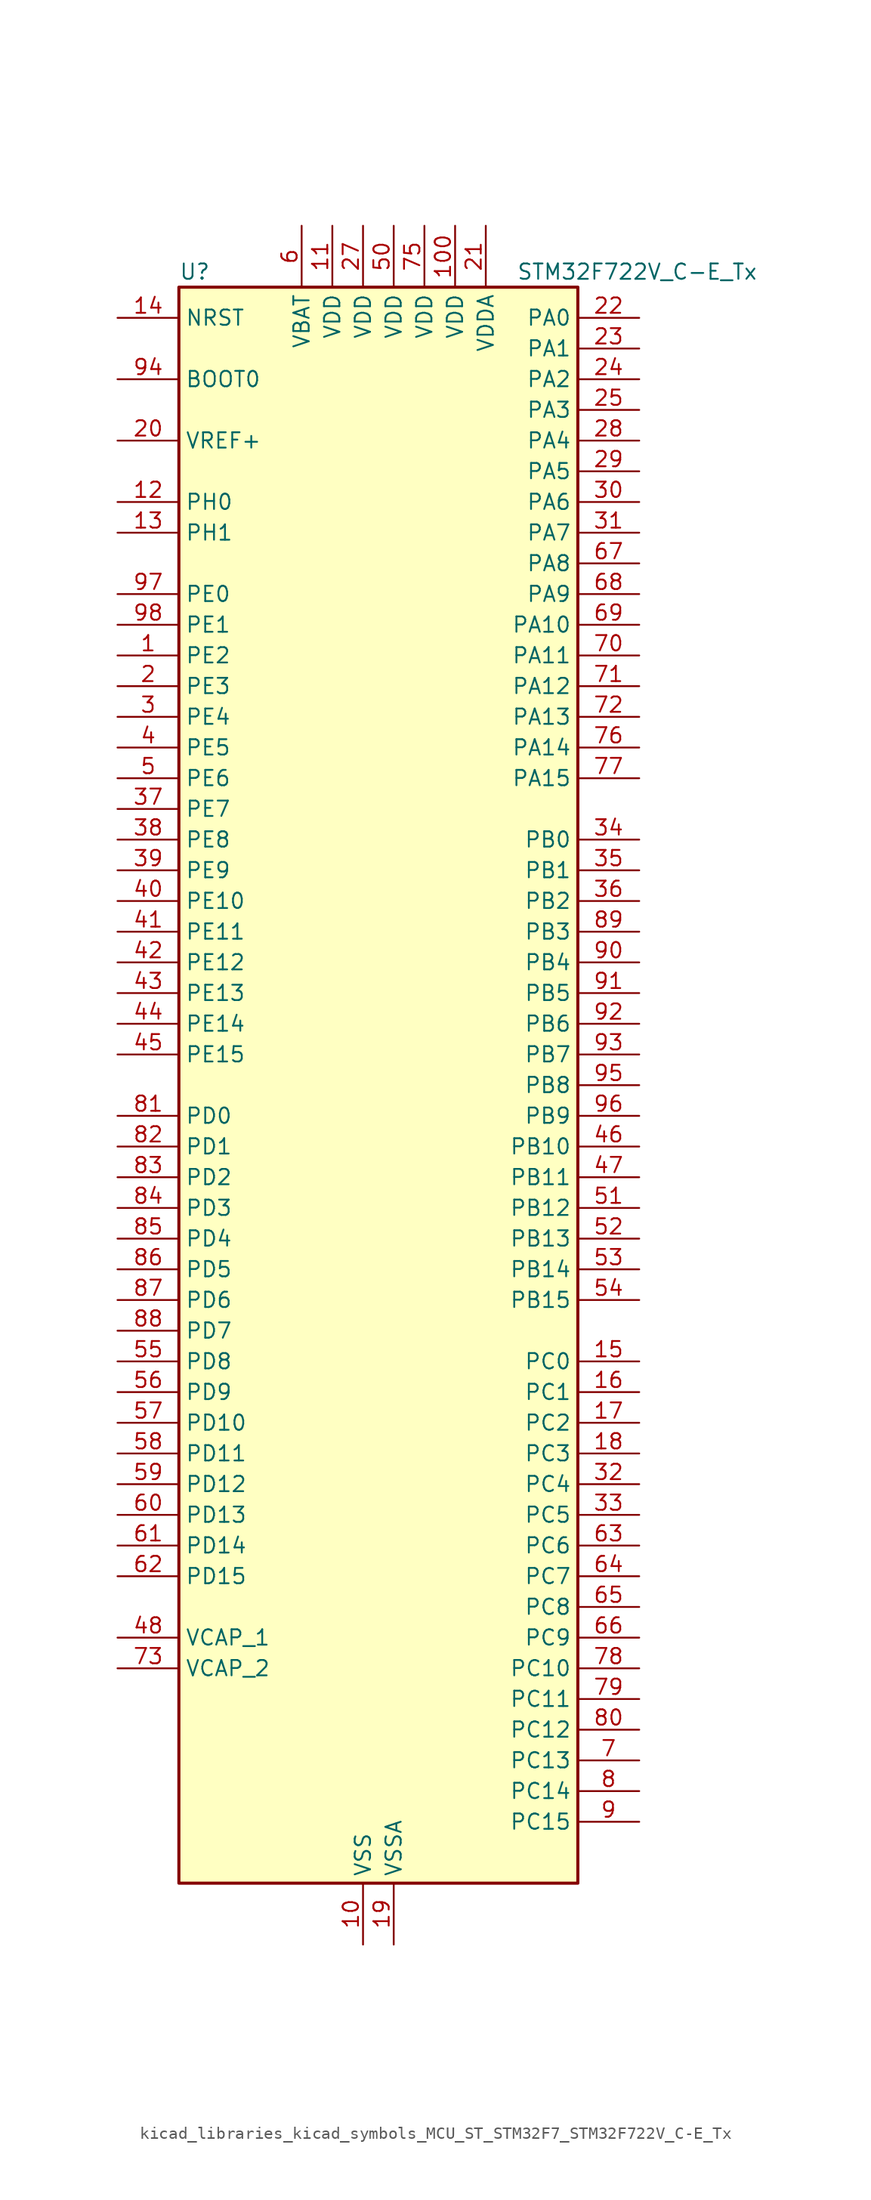
<source format=kicad_sym>
(kicad_symbol_lib
  (version 20220914)
  (generator kicad_symbol_editor)
  (symbol "kicad_libraries_kicad_symbols_MCU_ST_STM32F7_STM32F722V_C-E_Tx"
    (property "Reference" "U"
      (at -15.24 67.31 0)
      (effects (font (size 1.27 1.27)) (justify left)))
    (property "Value" "STM32F722V_C-E_Tx"
      (at 12.7 67.31 0)
      (effects (font (size 1.27 1.27)) (justify left)))
    (property "ki_locked" ""
      (at 0 0 0)
      (effects (font (size 1.27 1.27))))
    (symbol "kicad_libraries_kicad_symbols_MCU_ST_STM32F7_STM32F722V_C-E_Tx_0_1"
      (rectangle (start -15.24 -66.04) (end 17.78 66.04) (stroke (width 0.254) (type default)) (fill (type background))))
    (symbol "kicad_libraries_kicad_symbols_MCU_ST_STM32F7_STM32F722V_C-E_Tx_1_1"
      (pin bidirectional line (at -20.32 35.56 0) (length 5.08) (name "PE2" (effects (font (size 1.27 1.27)))) (number "1" (effects (font (size 1.27 1.27)))) (alternate "FMC_A23" bidirectional line) (alternate "QUADSPI_BK1_IO2" bidirectional line) (alternate "SAI1_MCLK_A" bidirectional line) (alternate "SPI4_SCK" bidirectional line) (alternate "SYS_TRACECLK" bidirectional line))
      (pin power_in line (at 0 -71.12 90) (length 5.08) (name "VSS" (effects (font (size 1.27 1.27)))) (number "10" (effects (font (size 1.27 1.27)))))
      (pin power_in line (at 7.62 71.12 270) (length 5.08) (name "VDD" (effects (font (size 1.27 1.27)))) (number "100" (effects (font (size 1.27 1.27)))))
      (pin power_in line (at -2.54 71.12 270) (length 5.08) (name "VDD" (effects (font (size 1.27 1.27)))) (number "11" (effects (font (size 1.27 1.27)))))
      (pin bidirectional line (at -20.32 48.26 0) (length 5.08) (name "PH0" (effects (font (size 1.27 1.27)))) (number "12" (effects (font (size 1.27 1.27)))) (alternate "RCC_OSC_IN" bidirectional line))
      (pin bidirectional line (at -20.32 45.72 0) (length 5.08) (name "PH1" (effects (font (size 1.27 1.27)))) (number "13" (effects (font (size 1.27 1.27)))) (alternate "RCC_OSC_OUT" bidirectional line))
      (pin input line (at -20.32 63.5 0) (length 5.08) (name "NRST" (effects (font (size 1.27 1.27)))) (number "14" (effects (font (size 1.27 1.27)))))
      (pin bidirectional line (at 22.86 -22.86 180) (length 5.08) (name "PC0" (effects (font (size 1.27 1.27)))) (number "15" (effects (font (size 1.27 1.27)))) (alternate "ADC1_IN10" bidirectional line) (alternate "ADC2_IN10" bidirectional line) (alternate "ADC3_IN10" bidirectional line) (alternate "FMC_SDNWE" bidirectional line) (alternate "SAI2_FS_B" bidirectional line) (alternate "USB_OTG_HS_ULPI_STP" bidirectional line))
      (pin bidirectional line (at 22.86 -25.4 180) (length 5.08) (name "PC1" (effects (font (size 1.27 1.27)))) (number "16" (effects (font (size 1.27 1.27)))) (alternate "ADC1_IN11" bidirectional line) (alternate "ADC2_IN11" bidirectional line) (alternate "ADC3_IN11" bidirectional line) (alternate "I2S2_SD" bidirectional line) (alternate "RTC_TAMP3" bidirectional line) (alternate "RTC_TS" bidirectional line) (alternate "SAI1_SD_A" bidirectional line) (alternate "SPI2_MOSI" bidirectional line) (alternate "SYS_TRACED0" bidirectional line) (alternate "SYS_WKUP3" bidirectional line))
      (pin bidirectional line (at 22.86 -27.94 180) (length 5.08) (name "PC2" (effects (font (size 1.27 1.27)))) (number "17" (effects (font (size 1.27 1.27)))) (alternate "ADC1_IN12" bidirectional line) (alternate "ADC2_IN12" bidirectional line) (alternate "ADC3_IN12" bidirectional line) (alternate "FMC_SDNE0" bidirectional line) (alternate "SPI2_MISO" bidirectional line) (alternate "USB_OTG_HS_ULPI_DIR" bidirectional line))
      (pin bidirectional line (at 22.86 -30.48 180) (length 5.08) (name "PC3" (effects (font (size 1.27 1.27)))) (number "18" (effects (font (size 1.27 1.27)))) (alternate "ADC1_IN13" bidirectional line) (alternate "ADC2_IN13" bidirectional line) (alternate "ADC3_IN13" bidirectional line) (alternate "FMC_SDCKE0" bidirectional line) (alternate "I2S2_SD" bidirectional line) (alternate "SPI2_MOSI" bidirectional line) (alternate "USB_OTG_HS_ULPI_NXT" bidirectional line))
      (pin power_in line (at 2.54 -71.12 90) (length 5.08) (name "VSSA" (effects (font (size 1.27 1.27)))) (number "19" (effects (font (size 1.27 1.27)))))
      (pin bidirectional line (at -20.32 33.02 0) (length 5.08) (name "PE3" (effects (font (size 1.27 1.27)))) (number "2" (effects (font (size 1.27 1.27)))) (alternate "FMC_A19" bidirectional line) (alternate "SAI1_SD_B" bidirectional line) (alternate "SYS_TRACED0" bidirectional line))
      (pin input line (at -20.32 53.34 0) (length 5.08) (name "VREF+" (effects (font (size 1.27 1.27)))) (number "20" (effects (font (size 1.27 1.27)))))
      (pin power_in line (at 10.16 71.12 270) (length 5.08) (name "VDDA" (effects (font (size 1.27 1.27)))) (number "21" (effects (font (size 1.27 1.27)))))
      (pin bidirectional line (at 22.86 63.5 180) (length 5.08) (name "PA0" (effects (font (size 1.27 1.27)))) (number "22" (effects (font (size 1.27 1.27)))) (alternate "ADC1_IN0" bidirectional line) (alternate "ADC2_IN0" bidirectional line) (alternate "ADC3_IN0" bidirectional line) (alternate "SAI2_SD_B" bidirectional line) (alternate "SYS_WKUP1" bidirectional line) (alternate "TIM2_CH1" bidirectional line) (alternate "TIM2_ETR" bidirectional line) (alternate "TIM5_CH1" bidirectional line) (alternate "TIM8_ETR" bidirectional line) (alternate "UART4_TX" bidirectional line) (alternate "USART2_CTS" bidirectional line))
      (pin bidirectional line (at 22.86 60.96 180) (length 5.08) (name "PA1" (effects (font (size 1.27 1.27)))) (number "23" (effects (font (size 1.27 1.27)))) (alternate "ADC1_IN1" bidirectional line) (alternate "ADC2_IN1" bidirectional line) (alternate "ADC3_IN1" bidirectional line) (alternate "QUADSPI_BK1_IO3" bidirectional line) (alternate "SAI2_MCLK_B" bidirectional line) (alternate "TIM2_CH2" bidirectional line) (alternate "TIM5_CH2" bidirectional line) (alternate "UART4_RX" bidirectional line) (alternate "USART2_DE" bidirectional line) (alternate "USART2_RTS" bidirectional line))
      (pin bidirectional line (at 22.86 58.42 180) (length 5.08) (name "PA2" (effects (font (size 1.27 1.27)))) (number "24" (effects (font (size 1.27 1.27)))) (alternate "ADC1_IN2" bidirectional line) (alternate "ADC2_IN2" bidirectional line) (alternate "ADC3_IN2" bidirectional line) (alternate "SAI2_SCK_B" bidirectional line) (alternate "SYS_WKUP2" bidirectional line) (alternate "TIM2_CH3" bidirectional line) (alternate "TIM5_CH3" bidirectional line) (alternate "TIM9_CH1" bidirectional line) (alternate "USART2_TX" bidirectional line))
      (pin bidirectional line (at 22.86 55.88 180) (length 5.08) (name "PA3" (effects (font (size 1.27 1.27)))) (number "25" (effects (font (size 1.27 1.27)))) (alternate "ADC1_IN3" bidirectional line) (alternate "ADC2_IN3" bidirectional line) (alternate "ADC3_IN3" bidirectional line) (alternate "TIM2_CH4" bidirectional line) (alternate "TIM5_CH4" bidirectional line) (alternate "TIM9_CH2" bidirectional line) (alternate "USART2_RX" bidirectional line) (alternate "USB_OTG_HS_ULPI_D0" bidirectional line))
      (pin passive line (at 0 -71.12 90) (length 5.08) hide (name "VSS" (effects (font (size 1.27 1.27)))) (number "26" (effects (font (size 1.27 1.27)))))
      (pin power_in line (at 0 71.12 270) (length 5.08) (name "VDD" (effects (font (size 1.27 1.27)))) (number "27" (effects (font (size 1.27 1.27)))))
      (pin bidirectional line (at 22.86 53.34 180) (length 5.08) (name "PA4" (effects (font (size 1.27 1.27)))) (number "28" (effects (font (size 1.27 1.27)))) (alternate "ADC1_IN4" bidirectional line) (alternate "ADC2_IN4" bidirectional line) (alternate "DAC_OUT1" bidirectional line) (alternate "I2S1_WS" bidirectional line) (alternate "I2S3_WS" bidirectional line) (alternate "SPI1_NSS" bidirectional line) (alternate "SPI3_NSS" bidirectional line) (alternate "USART2_CK" bidirectional line) (alternate "USB_OTG_HS_SOF" bidirectional line))
      (pin bidirectional line (at 22.86 50.8 180) (length 5.08) (name "PA5" (effects (font (size 1.27 1.27)))) (number "29" (effects (font (size 1.27 1.27)))) (alternate "ADC1_IN5" bidirectional line) (alternate "ADC2_IN5" bidirectional line) (alternate "DAC_OUT2" bidirectional line) (alternate "I2S1_CK" bidirectional line) (alternate "SPI1_SCK" bidirectional line) (alternate "TIM2_CH1" bidirectional line) (alternate "TIM2_ETR" bidirectional line) (alternate "TIM8_CH1N" bidirectional line) (alternate "USB_OTG_HS_ULPI_CK" bidirectional line))
      (pin bidirectional line (at -20.32 30.48 0) (length 5.08) (name "PE4" (effects (font (size 1.27 1.27)))) (number "3" (effects (font (size 1.27 1.27)))) (alternate "FMC_A20" bidirectional line) (alternate "SAI1_FS_A" bidirectional line) (alternate "SPI4_NSS" bidirectional line) (alternate "SYS_TRACED1" bidirectional line))
      (pin bidirectional line (at 22.86 48.26 180) (length 5.08) (name "PA6" (effects (font (size 1.27 1.27)))) (number "30" (effects (font (size 1.27 1.27)))) (alternate "ADC1_IN6" bidirectional line) (alternate "ADC2_IN6" bidirectional line) (alternate "SPI1_MISO" bidirectional line) (alternate "TIM13_CH1" bidirectional line) (alternate "TIM1_BKIN" bidirectional line) (alternate "TIM3_CH1" bidirectional line) (alternate "TIM8_BKIN" bidirectional line))
      (pin bidirectional line (at 22.86 45.72 180) (length 5.08) (name "PA7" (effects (font (size 1.27 1.27)))) (number "31" (effects (font (size 1.27 1.27)))) (alternate "ADC1_IN7" bidirectional line) (alternate "ADC2_IN7" bidirectional line) (alternate "FMC_SDNWE" bidirectional line) (alternate "I2S1_SD" bidirectional line) (alternate "SPI1_MOSI" bidirectional line) (alternate "TIM14_CH1" bidirectional line) (alternate "TIM1_CH1N" bidirectional line) (alternate "TIM3_CH2" bidirectional line) (alternate "TIM8_CH1N" bidirectional line))
      (pin bidirectional line (at 22.86 -33.02 180) (length 5.08) (name "PC4" (effects (font (size 1.27 1.27)))) (number "32" (effects (font (size 1.27 1.27)))) (alternate "ADC1_IN14" bidirectional line) (alternate "ADC2_IN14" bidirectional line) (alternate "FMC_SDNE0" bidirectional line) (alternate "I2S1_MCK" bidirectional line))
      (pin bidirectional line (at 22.86 -35.56 180) (length 5.08) (name "PC5" (effects (font (size 1.27 1.27)))) (number "33" (effects (font (size 1.27 1.27)))) (alternate "ADC1_IN15" bidirectional line) (alternate "ADC2_IN15" bidirectional line) (alternate "FMC_SDCKE0" bidirectional line))
      (pin bidirectional line (at 22.86 20.32 180) (length 5.08) (name "PB0" (effects (font (size 1.27 1.27)))) (number "34" (effects (font (size 1.27 1.27)))) (alternate "ADC1_IN8" bidirectional line) (alternate "ADC2_IN8" bidirectional line) (alternate "TIM1_CH2N" bidirectional line) (alternate "TIM3_CH3" bidirectional line) (alternate "TIM8_CH2N" bidirectional line) (alternate "UART4_CTS" bidirectional line) (alternate "USB_OTG_HS_ULPI_D1" bidirectional line))
      (pin bidirectional line (at 22.86 17.78 180) (length 5.08) (name "PB1" (effects (font (size 1.27 1.27)))) (number "35" (effects (font (size 1.27 1.27)))) (alternate "ADC1_IN9" bidirectional line) (alternate "ADC2_IN9" bidirectional line) (alternate "TIM1_CH3N" bidirectional line) (alternate "TIM3_CH4" bidirectional line) (alternate "TIM8_CH3N" bidirectional line) (alternate "USB_OTG_HS_ULPI_D2" bidirectional line))
      (pin bidirectional line (at 22.86 15.24 180) (length 5.08) (name "PB2" (effects (font (size 1.27 1.27)))) (number "36" (effects (font (size 1.27 1.27)))) (alternate "I2S3_SD" bidirectional line) (alternate "QUADSPI_CLK" bidirectional line) (alternate "SAI1_SD_A" bidirectional line) (alternate "SPI3_MOSI" bidirectional line))
      (pin bidirectional line (at -20.32 22.86 0) (length 5.08) (name "PE7" (effects (font (size 1.27 1.27)))) (number "37" (effects (font (size 1.27 1.27)))) (alternate "FMC_D4" bidirectional line) (alternate "FMC_DA4" bidirectional line) (alternate "QUADSPI_BK2_IO0" bidirectional line) (alternate "TIM1_ETR" bidirectional line) (alternate "UART7_RX" bidirectional line))
      (pin bidirectional line (at -20.32 20.32 0) (length 5.08) (name "PE8" (effects (font (size 1.27 1.27)))) (number "38" (effects (font (size 1.27 1.27)))) (alternate "FMC_D5" bidirectional line) (alternate "FMC_DA5" bidirectional line) (alternate "QUADSPI_BK2_IO1" bidirectional line) (alternate "TIM1_CH1N" bidirectional line) (alternate "UART7_TX" bidirectional line))
      (pin bidirectional line (at -20.32 17.78 0) (length 5.08) (name "PE9" (effects (font (size 1.27 1.27)))) (number "39" (effects (font (size 1.27 1.27)))) (alternate "DAC_EXTI9" bidirectional line) (alternate "FMC_D6" bidirectional line) (alternate "FMC_DA6" bidirectional line) (alternate "QUADSPI_BK2_IO2" bidirectional line) (alternate "TIM1_CH1" bidirectional line) (alternate "UART7_DE" bidirectional line) (alternate "UART7_RTS" bidirectional line))
      (pin bidirectional line (at -20.32 27.94 0) (length 5.08) (name "PE5" (effects (font (size 1.27 1.27)))) (number "4" (effects (font (size 1.27 1.27)))) (alternate "FMC_A21" bidirectional line) (alternate "SAI1_SCK_A" bidirectional line) (alternate "SPI4_MISO" bidirectional line) (alternate "SYS_TRACED2" bidirectional line) (alternate "TIM9_CH1" bidirectional line))
      (pin bidirectional line (at -20.32 15.24 0) (length 5.08) (name "PE10" (effects (font (size 1.27 1.27)))) (number "40" (effects (font (size 1.27 1.27)))) (alternate "FMC_D7" bidirectional line) (alternate "FMC_DA7" bidirectional line) (alternate "QUADSPI_BK2_IO3" bidirectional line) (alternate "TIM1_CH2N" bidirectional line) (alternate "UART7_CTS" bidirectional line))
      (pin bidirectional line (at -20.32 12.7 0) (length 5.08) (name "PE11" (effects (font (size 1.27 1.27)))) (number "41" (effects (font (size 1.27 1.27)))) (alternate "ADC1_EXTI11" bidirectional line) (alternate "ADC2_EXTI11" bidirectional line) (alternate "ADC3_EXTI11" bidirectional line) (alternate "FMC_D8" bidirectional line) (alternate "FMC_DA8" bidirectional line) (alternate "SAI2_SD_B" bidirectional line) (alternate "SPI4_NSS" bidirectional line) (alternate "TIM1_CH2" bidirectional line))
      (pin bidirectional line (at -20.32 10.16 0) (length 5.08) (name "PE12" (effects (font (size 1.27 1.27)))) (number "42" (effects (font (size 1.27 1.27)))) (alternate "FMC_D9" bidirectional line) (alternate "FMC_DA9" bidirectional line) (alternate "SAI2_SCK_B" bidirectional line) (alternate "SPI4_SCK" bidirectional line) (alternate "TIM1_CH3N" bidirectional line))
      (pin bidirectional line (at -20.32 7.62 0) (length 5.08) (name "PE13" (effects (font (size 1.27 1.27)))) (number "43" (effects (font (size 1.27 1.27)))) (alternate "FMC_D10" bidirectional line) (alternate "FMC_DA10" bidirectional line) (alternate "SAI2_FS_B" bidirectional line) (alternate "SPI4_MISO" bidirectional line) (alternate "TIM1_CH3" bidirectional line))
      (pin bidirectional line (at -20.32 5.08 0) (length 5.08) (name "PE14" (effects (font (size 1.27 1.27)))) (number "44" (effects (font (size 1.27 1.27)))) (alternate "FMC_D11" bidirectional line) (alternate "FMC_DA11" bidirectional line) (alternate "SAI2_MCLK_B" bidirectional line) (alternate "SPI4_MOSI" bidirectional line) (alternate "TIM1_CH4" bidirectional line))
      (pin bidirectional line (at -20.32 2.54 0) (length 5.08) (name "PE15" (effects (font (size 1.27 1.27)))) (number "45" (effects (font (size 1.27 1.27)))) (alternate "FMC_D12" bidirectional line) (alternate "FMC_DA12" bidirectional line) (alternate "TIM1_BKIN" bidirectional line))
      (pin bidirectional line (at 22.86 -5.08 180) (length 5.08) (name "PB10" (effects (font (size 1.27 1.27)))) (number "46" (effects (font (size 1.27 1.27)))) (alternate "I2C2_SCL" bidirectional line) (alternate "I2S2_CK" bidirectional line) (alternate "SPI2_SCK" bidirectional line) (alternate "TIM2_CH3" bidirectional line) (alternate "USART3_TX" bidirectional line) (alternate "USB_OTG_HS_ULPI_D3" bidirectional line))
      (pin bidirectional line (at 22.86 -7.62 180) (length 5.08) (name "PB11" (effects (font (size 1.27 1.27)))) (number "47" (effects (font (size 1.27 1.27)))) (alternate "ADC1_EXTI11" bidirectional line) (alternate "ADC2_EXTI11" bidirectional line) (alternate "ADC3_EXTI11" bidirectional line) (alternate "I2C2_SDA" bidirectional line) (alternate "TIM2_CH4" bidirectional line) (alternate "USART3_RX" bidirectional line) (alternate "USB_OTG_HS_ULPI_D4" bidirectional line))
      (pin power_out line (at -20.32 -45.72 0) (length 5.08) (name "VCAP_1" (effects (font (size 1.27 1.27)))) (number "48" (effects (font (size 1.27 1.27)))))
      (pin passive line (at 0 -71.12 90) (length 5.08) hide (name "VSS" (effects (font (size 1.27 1.27)))) (number "49" (effects (font (size 1.27 1.27)))))
      (pin bidirectional line (at -20.32 25.4 0) (length 5.08) (name "PE6" (effects (font (size 1.27 1.27)))) (number "5" (effects (font (size 1.27 1.27)))) (alternate "FMC_A22" bidirectional line) (alternate "SAI1_SD_A" bidirectional line) (alternate "SAI2_MCLK_B" bidirectional line) (alternate "SPI4_MOSI" bidirectional line) (alternate "SYS_TRACED3" bidirectional line) (alternate "TIM1_BKIN2" bidirectional line) (alternate "TIM9_CH2" bidirectional line))
      (pin power_in line (at 2.54 71.12 270) (length 5.08) (name "VDD" (effects (font (size 1.27 1.27)))) (number "50" (effects (font (size 1.27 1.27)))))
      (pin bidirectional line (at 22.86 -10.16 180) (length 5.08) (name "PB12" (effects (font (size 1.27 1.27)))) (number "51" (effects (font (size 1.27 1.27)))) (alternate "I2C2_SMBA" bidirectional line) (alternate "I2S2_WS" bidirectional line) (alternate "SPI2_NSS" bidirectional line) (alternate "TIM1_BKIN" bidirectional line) (alternate "USART3_CK" bidirectional line) (alternate "USB_OTG_HS_ID" bidirectional line) (alternate "USB_OTG_HS_ULPI_D5" bidirectional line))
      (pin bidirectional line (at 22.86 -12.7 180) (length 5.08) (name "PB13" (effects (font (size 1.27 1.27)))) (number "52" (effects (font (size 1.27 1.27)))) (alternate "I2S2_CK" bidirectional line) (alternate "SPI2_SCK" bidirectional line) (alternate "TIM1_CH1N" bidirectional line) (alternate "USART3_CTS" bidirectional line) (alternate "USB_OTG_HS_ULPI_D6" bidirectional line) (alternate "USB_OTG_HS_VBUS" bidirectional line))
      (pin bidirectional line (at 22.86 -15.24 180) (length 5.08) (name "PB14" (effects (font (size 1.27 1.27)))) (number "53" (effects (font (size 1.27 1.27)))) (alternate "SDMMC2_D0" bidirectional line) (alternate "SPI2_MISO" bidirectional line) (alternate "TIM12_CH1" bidirectional line) (alternate "TIM1_CH2N" bidirectional line) (alternate "TIM8_CH2N" bidirectional line) (alternate "USART3_DE" bidirectional line) (alternate "USART3_RTS" bidirectional line) (alternate "USB_OTG_HS_DM" bidirectional line))
      (pin bidirectional line (at 22.86 -17.78 180) (length 5.08) (name "PB15" (effects (font (size 1.27 1.27)))) (number "54" (effects (font (size 1.27 1.27)))) (alternate "I2S2_SD" bidirectional line) (alternate "RTC_REFIN" bidirectional line) (alternate "SDMMC2_D1" bidirectional line) (alternate "SPI2_MOSI" bidirectional line) (alternate "TIM12_CH2" bidirectional line) (alternate "TIM1_CH3N" bidirectional line) (alternate "TIM8_CH3N" bidirectional line) (alternate "USB_OTG_HS_DP" bidirectional line))
      (pin bidirectional line (at -20.32 -22.86 0) (length 5.08) (name "PD8" (effects (font (size 1.27 1.27)))) (number "55" (effects (font (size 1.27 1.27)))) (alternate "FMC_D13" bidirectional line) (alternate "FMC_DA13" bidirectional line) (alternate "USART3_TX" bidirectional line))
      (pin bidirectional line (at -20.32 -25.4 0) (length 5.08) (name "PD9" (effects (font (size 1.27 1.27)))) (number "56" (effects (font (size 1.27 1.27)))) (alternate "DAC_EXTI9" bidirectional line) (alternate "FMC_D14" bidirectional line) (alternate "FMC_DA14" bidirectional line) (alternate "USART3_RX" bidirectional line))
      (pin bidirectional line (at -20.32 -27.94 0) (length 5.08) (name "PD10" (effects (font (size 1.27 1.27)))) (number "57" (effects (font (size 1.27 1.27)))) (alternate "FMC_D15" bidirectional line) (alternate "FMC_DA15" bidirectional line) (alternate "USART3_CK" bidirectional line))
      (pin bidirectional line (at -20.32 -30.48 0) (length 5.08) (name "PD11" (effects (font (size 1.27 1.27)))) (number "58" (effects (font (size 1.27 1.27)))) (alternate "ADC1_EXTI11" bidirectional line) (alternate "ADC2_EXTI11" bidirectional line) (alternate "ADC3_EXTI11" bidirectional line) (alternate "FMC_A16" bidirectional line) (alternate "FMC_CLE" bidirectional line) (alternate "QUADSPI_BK1_IO0" bidirectional line) (alternate "SAI2_SD_A" bidirectional line) (alternate "USART3_CTS" bidirectional line))
      (pin bidirectional line (at -20.32 -33.02 0) (length 5.08) (name "PD12" (effects (font (size 1.27 1.27)))) (number "59" (effects (font (size 1.27 1.27)))) (alternate "FMC_A17" bidirectional line) (alternate "FMC_ALE" bidirectional line) (alternate "LPTIM1_IN1" bidirectional line) (alternate "QUADSPI_BK1_IO1" bidirectional line) (alternate "SAI2_FS_A" bidirectional line) (alternate "TIM4_CH1" bidirectional line) (alternate "USART3_DE" bidirectional line) (alternate "USART3_RTS" bidirectional line))
      (pin power_in line (at -5.08 71.12 270) (length 5.08) (name "VBAT" (effects (font (size 1.27 1.27)))) (number "6" (effects (font (size 1.27 1.27)))))
      (pin bidirectional line (at -20.32 -35.56 0) (length 5.08) (name "PD13" (effects (font (size 1.27 1.27)))) (number "60" (effects (font (size 1.27 1.27)))) (alternate "FMC_A18" bidirectional line) (alternate "LPTIM1_OUT" bidirectional line) (alternate "QUADSPI_BK1_IO3" bidirectional line) (alternate "SAI2_SCK_A" bidirectional line) (alternate "TIM4_CH2" bidirectional line))
      (pin bidirectional line (at -20.32 -38.1 0) (length 5.08) (name "PD14" (effects (font (size 1.27 1.27)))) (number "61" (effects (font (size 1.27 1.27)))) (alternate "FMC_D0" bidirectional line) (alternate "FMC_DA0" bidirectional line) (alternate "TIM4_CH3" bidirectional line) (alternate "UART8_CTS" bidirectional line))
      (pin bidirectional line (at -20.32 -40.64 0) (length 5.08) (name "PD15" (effects (font (size 1.27 1.27)))) (number "62" (effects (font (size 1.27 1.27)))) (alternate "FMC_D1" bidirectional line) (alternate "FMC_DA1" bidirectional line) (alternate "TIM4_CH4" bidirectional line) (alternate "UART8_DE" bidirectional line) (alternate "UART8_RTS" bidirectional line))
      (pin bidirectional line (at 22.86 -38.1 180) (length 5.08) (name "PC6" (effects (font (size 1.27 1.27)))) (number "63" (effects (font (size 1.27 1.27)))) (alternate "I2S2_MCK" bidirectional line) (alternate "SDMMC1_D6" bidirectional line) (alternate "SDMMC2_D6" bidirectional line) (alternate "TIM3_CH1" bidirectional line) (alternate "TIM8_CH1" bidirectional line) (alternate "USART6_TX" bidirectional line))
      (pin bidirectional line (at 22.86 -40.64 180) (length 5.08) (name "PC7" (effects (font (size 1.27 1.27)))) (number "64" (effects (font (size 1.27 1.27)))) (alternate "I2S3_MCK" bidirectional line) (alternate "SDMMC1_D7" bidirectional line) (alternate "SDMMC2_D7" bidirectional line) (alternate "TIM3_CH2" bidirectional line) (alternate "TIM8_CH2" bidirectional line) (alternate "USART6_RX" bidirectional line))
      (pin bidirectional line (at 22.86 -43.18 180) (length 5.08) (name "PC8" (effects (font (size 1.27 1.27)))) (number "65" (effects (font (size 1.27 1.27)))) (alternate "SDMMC1_D0" bidirectional line) (alternate "SYS_TRACED1" bidirectional line) (alternate "TIM3_CH3" bidirectional line) (alternate "TIM8_CH3" bidirectional line) (alternate "UART5_DE" bidirectional line) (alternate "UART5_RTS" bidirectional line) (alternate "USART6_CK" bidirectional line))
      (pin bidirectional line (at 22.86 -45.72 180) (length 5.08) (name "PC9" (effects (font (size 1.27 1.27)))) (number "66" (effects (font (size 1.27 1.27)))) (alternate "DAC_EXTI9" bidirectional line) (alternate "I2C3_SDA" bidirectional line) (alternate "I2S_CKIN" bidirectional line) (alternate "QUADSPI_BK1_IO0" bidirectional line) (alternate "RCC_MCO_2" bidirectional line) (alternate "SDMMC1_D1" bidirectional line) (alternate "TIM3_CH4" bidirectional line) (alternate "TIM8_CH4" bidirectional line) (alternate "UART5_CTS" bidirectional line))
      (pin bidirectional line (at 22.86 43.18 180) (length 5.08) (name "PA8" (effects (font (size 1.27 1.27)))) (number "67" (effects (font (size 1.27 1.27)))) (alternate "I2C3_SCL" bidirectional line) (alternate "RCC_MCO_1" bidirectional line) (alternate "TIM1_CH1" bidirectional line) (alternate "TIM8_BKIN2" bidirectional line) (alternate "USART1_CK" bidirectional line) (alternate "USB_OTG_FS_SOF" bidirectional line))
      (pin bidirectional line (at 22.86 40.64 180) (length 5.08) (name "PA9" (effects (font (size 1.27 1.27)))) (number "68" (effects (font (size 1.27 1.27)))) (alternate "DAC_EXTI9" bidirectional line) (alternate "I2C3_SMBA" bidirectional line) (alternate "I2S2_CK" bidirectional line) (alternate "SPI2_SCK" bidirectional line) (alternate "TIM1_CH2" bidirectional line) (alternate "USART1_TX" bidirectional line) (alternate "USB_OTG_FS_VBUS" bidirectional line))
      (pin bidirectional line (at 22.86 38.1 180) (length 5.08) (name "PA10" (effects (font (size 1.27 1.27)))) (number "69" (effects (font (size 1.27 1.27)))) (alternate "TIM1_CH3" bidirectional line) (alternate "USART1_RX" bidirectional line) (alternate "USB_OTG_FS_ID" bidirectional line))
      (pin bidirectional line (at 22.86 -55.88 180) (length 5.08) (name "PC13" (effects (font (size 1.27 1.27)))) (number "7" (effects (font (size 1.27 1.27)))) (alternate "RTC_OUT" bidirectional line) (alternate "RTC_TAMP1" bidirectional line) (alternate "RTC_TS" bidirectional line) (alternate "SYS_WKUP4" bidirectional line))
      (pin bidirectional line (at 22.86 35.56 180) (length 5.08) (name "PA11" (effects (font (size 1.27 1.27)))) (number "70" (effects (font (size 1.27 1.27)))) (alternate "ADC1_EXTI11" bidirectional line) (alternate "ADC2_EXTI11" bidirectional line) (alternate "ADC3_EXTI11" bidirectional line) (alternate "CAN1_RX" bidirectional line) (alternate "TIM1_CH4" bidirectional line) (alternate "USART1_CTS" bidirectional line) (alternate "USB_OTG_FS_DM" bidirectional line))
      (pin bidirectional line (at 22.86 33.02 180) (length 5.08) (name "PA12" (effects (font (size 1.27 1.27)))) (number "71" (effects (font (size 1.27 1.27)))) (alternate "CAN1_TX" bidirectional line) (alternate "SAI2_FS_B" bidirectional line) (alternate "TIM1_ETR" bidirectional line) (alternate "USART1_DE" bidirectional line) (alternate "USART1_RTS" bidirectional line) (alternate "USB_OTG_FS_DP" bidirectional line))
      (pin bidirectional line (at 22.86 30.48 180) (length 5.08) (name "PA13" (effects (font (size 1.27 1.27)))) (number "72" (effects (font (size 1.27 1.27)))) (alternate "SYS_JTMS-SWDIO" bidirectional line))
      (pin power_out line (at -20.32 -48.26 0) (length 5.08) (name "VCAP_2" (effects (font (size 1.27 1.27)))) (number "73" (effects (font (size 1.27 1.27)))))
      (pin passive line (at 0 -71.12 90) (length 5.08) hide (name "VSS" (effects (font (size 1.27 1.27)))) (number "74" (effects (font (size 1.27 1.27)))))
      (pin power_in line (at 5.08 71.12 270) (length 5.08) (name "VDD" (effects (font (size 1.27 1.27)))) (number "75" (effects (font (size 1.27 1.27)))))
      (pin bidirectional line (at 22.86 27.94 180) (length 5.08) (name "PA14" (effects (font (size 1.27 1.27)))) (number "76" (effects (font (size 1.27 1.27)))) (alternate "SYS_JTCK-SWCLK" bidirectional line))
      (pin bidirectional line (at 22.86 25.4 180) (length 5.08) (name "PA15" (effects (font (size 1.27 1.27)))) (number "77" (effects (font (size 1.27 1.27)))) (alternate "I2S1_WS" bidirectional line) (alternate "I2S3_WS" bidirectional line) (alternate "SPI1_NSS" bidirectional line) (alternate "SPI3_NSS" bidirectional line) (alternate "SYS_JTDI" bidirectional line) (alternate "TIM2_CH1" bidirectional line) (alternate "TIM2_ETR" bidirectional line) (alternate "UART4_DE" bidirectional line) (alternate "UART4_RTS" bidirectional line))
      (pin bidirectional line (at 22.86 -48.26 180) (length 5.08) (name "PC10" (effects (font (size 1.27 1.27)))) (number "78" (effects (font (size 1.27 1.27)))) (alternate "I2S3_CK" bidirectional line) (alternate "QUADSPI_BK1_IO1" bidirectional line) (alternate "SDMMC1_D2" bidirectional line) (alternate "SPI3_SCK" bidirectional line) (alternate "UART4_TX" bidirectional line) (alternate "USART3_TX" bidirectional line))
      (pin bidirectional line (at 22.86 -50.8 180) (length 5.08) (name "PC11" (effects (font (size 1.27 1.27)))) (number "79" (effects (font (size 1.27 1.27)))) (alternate "ADC1_EXTI11" bidirectional line) (alternate "ADC2_EXTI11" bidirectional line) (alternate "ADC3_EXTI11" bidirectional line) (alternate "QUADSPI_BK2_NCS" bidirectional line) (alternate "SDMMC1_D3" bidirectional line) (alternate "SPI3_MISO" bidirectional line) (alternate "UART4_RX" bidirectional line) (alternate "USART3_RX" bidirectional line))
      (pin bidirectional line (at 22.86 -58.42 180) (length 5.08) (name "PC14" (effects (font (size 1.27 1.27)))) (number "8" (effects (font (size 1.27 1.27)))) (alternate "RCC_OSC32_IN" bidirectional line))
      (pin bidirectional line (at 22.86 -53.34 180) (length 5.08) (name "PC12" (effects (font (size 1.27 1.27)))) (number "80" (effects (font (size 1.27 1.27)))) (alternate "I2S3_SD" bidirectional line) (alternate "SDMMC1_CK" bidirectional line) (alternate "SPI3_MOSI" bidirectional line) (alternate "SYS_TRACED3" bidirectional line) (alternate "UART5_TX" bidirectional line) (alternate "USART3_CK" bidirectional line))
      (pin bidirectional line (at -20.32 -2.54 0) (length 5.08) (name "PD0" (effects (font (size 1.27 1.27)))) (number "81" (effects (font (size 1.27 1.27)))) (alternate "CAN1_RX" bidirectional line) (alternate "FMC_D2" bidirectional line) (alternate "FMC_DA2" bidirectional line))
      (pin bidirectional line (at -20.32 -5.08 0) (length 5.08) (name "PD1" (effects (font (size 1.27 1.27)))) (number "82" (effects (font (size 1.27 1.27)))) (alternate "CAN1_TX" bidirectional line) (alternate "FMC_D3" bidirectional line) (alternate "FMC_DA3" bidirectional line))
      (pin bidirectional line (at -20.32 -7.62 0) (length 5.08) (name "PD2" (effects (font (size 1.27 1.27)))) (number "83" (effects (font (size 1.27 1.27)))) (alternate "SDMMC1_CMD" bidirectional line) (alternate "SYS_TRACED2" bidirectional line) (alternate "TIM3_ETR" bidirectional line) (alternate "UART5_RX" bidirectional line))
      (pin bidirectional line (at -20.32 -10.16 0) (length 5.08) (name "PD3" (effects (font (size 1.27 1.27)))) (number "84" (effects (font (size 1.27 1.27)))) (alternate "FMC_CLK" bidirectional line) (alternate "I2S2_CK" bidirectional line) (alternate "SPI2_SCK" bidirectional line) (alternate "USART2_CTS" bidirectional line))
      (pin bidirectional line (at -20.32 -12.7 0) (length 5.08) (name "PD4" (effects (font (size 1.27 1.27)))) (number "85" (effects (font (size 1.27 1.27)))) (alternate "FMC_NOE" bidirectional line) (alternate "USART2_DE" bidirectional line) (alternate "USART2_RTS" bidirectional line))
      (pin bidirectional line (at -20.32 -15.24 0) (length 5.08) (name "PD5" (effects (font (size 1.27 1.27)))) (number "86" (effects (font (size 1.27 1.27)))) (alternate "FMC_NWE" bidirectional line) (alternate "USART2_TX" bidirectional line))
      (pin bidirectional line (at -20.32 -17.78 0) (length 5.08) (name "PD6" (effects (font (size 1.27 1.27)))) (number "87" (effects (font (size 1.27 1.27)))) (alternate "FMC_NWAIT" bidirectional line) (alternate "I2S3_SD" bidirectional line) (alternate "SAI1_SD_A" bidirectional line) (alternate "SDMMC2_CK" bidirectional line) (alternate "SPI3_MOSI" bidirectional line) (alternate "USART2_RX" bidirectional line))
      (pin bidirectional line (at -20.32 -20.32 0) (length 5.08) (name "PD7" (effects (font (size 1.27 1.27)))) (number "88" (effects (font (size 1.27 1.27)))) (alternate "FMC_NE1" bidirectional line) (alternate "SDMMC2_CMD" bidirectional line) (alternate "USART2_CK" bidirectional line))
      (pin bidirectional line (at 22.86 12.7 180) (length 5.08) (name "PB3" (effects (font (size 1.27 1.27)))) (number "89" (effects (font (size 1.27 1.27)))) (alternate "I2S1_CK" bidirectional line) (alternate "I2S3_CK" bidirectional line) (alternate "SDMMC2_D2" bidirectional line) (alternate "SPI1_SCK" bidirectional line) (alternate "SPI3_SCK" bidirectional line) (alternate "SYS_JTDO-SWO" bidirectional line) (alternate "TIM2_CH2" bidirectional line))
      (pin bidirectional line (at 22.86 -60.96 180) (length 5.08) (name "PC15" (effects (font (size 1.27 1.27)))) (number "9" (effects (font (size 1.27 1.27)))) (alternate "RCC_OSC32_OUT" bidirectional line))
      (pin bidirectional line (at 22.86 10.16 180) (length 5.08) (name "PB4" (effects (font (size 1.27 1.27)))) (number "90" (effects (font (size 1.27 1.27)))) (alternate "I2S2_WS" bidirectional line) (alternate "SDMMC2_D3" bidirectional line) (alternate "SPI1_MISO" bidirectional line) (alternate "SPI2_NSS" bidirectional line) (alternate "SPI3_MISO" bidirectional line) (alternate "SYS_JTRST" bidirectional line) (alternate "TIM3_CH1" bidirectional line))
      (pin bidirectional line (at 22.86 7.62 180) (length 5.08) (name "PB5" (effects (font (size 1.27 1.27)))) (number "91" (effects (font (size 1.27 1.27)))) (alternate "FMC_SDCKE1" bidirectional line) (alternate "I2C1_SMBA" bidirectional line) (alternate "I2S1_SD" bidirectional line) (alternate "I2S3_SD" bidirectional line) (alternate "SPI1_MOSI" bidirectional line) (alternate "SPI3_MOSI" bidirectional line) (alternate "TIM3_CH2" bidirectional line) (alternate "USB_OTG_HS_ULPI_D7" bidirectional line))
      (pin bidirectional line (at 22.86 5.08 180) (length 5.08) (name "PB6" (effects (font (size 1.27 1.27)))) (number "92" (effects (font (size 1.27 1.27)))) (alternate "FMC_SDNE1" bidirectional line) (alternate "I2C1_SCL" bidirectional line) (alternate "QUADSPI_BK1_NCS" bidirectional line) (alternate "TIM4_CH1" bidirectional line) (alternate "USART1_TX" bidirectional line))
      (pin bidirectional line (at 22.86 2.54 180) (length 5.08) (name "PB7" (effects (font (size 1.27 1.27)))) (number "93" (effects (font (size 1.27 1.27)))) (alternate "FMC_NL" bidirectional line) (alternate "I2C1_SDA" bidirectional line) (alternate "TIM4_CH2" bidirectional line) (alternate "USART1_RX" bidirectional line))
      (pin input line (at -20.32 58.42 0) (length 5.08) (name "BOOT0" (effects (font (size 1.27 1.27)))) (number "94" (effects (font (size 1.27 1.27)))))
      (pin bidirectional line (at 22.86 0 180) (length 5.08) (name "PB8" (effects (font (size 1.27 1.27)))) (number "95" (effects (font (size 1.27 1.27)))) (alternate "CAN1_RX" bidirectional line) (alternate "I2C1_SCL" bidirectional line) (alternate "SDMMC1_D4" bidirectional line) (alternate "SDMMC2_D4" bidirectional line) (alternate "TIM10_CH1" bidirectional line) (alternate "TIM4_CH3" bidirectional line))
      (pin bidirectional line (at 22.86 -2.54 180) (length 5.08) (name "PB9" (effects (font (size 1.27 1.27)))) (number "96" (effects (font (size 1.27 1.27)))) (alternate "CAN1_TX" bidirectional line) (alternate "DAC_EXTI9" bidirectional line) (alternate "I2C1_SDA" bidirectional line) (alternate "I2S2_WS" bidirectional line) (alternate "SDMMC1_D5" bidirectional line) (alternate "SDMMC2_D5" bidirectional line) (alternate "SPI2_NSS" bidirectional line) (alternate "TIM11_CH1" bidirectional line) (alternate "TIM4_CH4" bidirectional line))
      (pin bidirectional line (at -20.32 40.64 0) (length 5.08) (name "PE0" (effects (font (size 1.27 1.27)))) (number "97" (effects (font (size 1.27 1.27)))) (alternate "FMC_NBL0" bidirectional line) (alternate "LPTIM1_ETR" bidirectional line) (alternate "SAI2_MCLK_A" bidirectional line) (alternate "TIM4_ETR" bidirectional line) (alternate "UART8_RX" bidirectional line))
      (pin bidirectional line (at -20.32 38.1 0) (length 5.08) (name "PE1" (effects (font (size 1.27 1.27)))) (number "98" (effects (font (size 1.27 1.27)))) (alternate "FMC_NBL1" bidirectional line) (alternate "LPTIM1_IN2" bidirectional line) (alternate "UART8_TX" bidirectional line))
      (pin passive line (at 0 -71.12 90) (length 5.08) hide (name "VSS" (effects (font (size 1.27 1.27)))) (number "99" (effects (font (size 1.27 1.27))))))))
</source>
